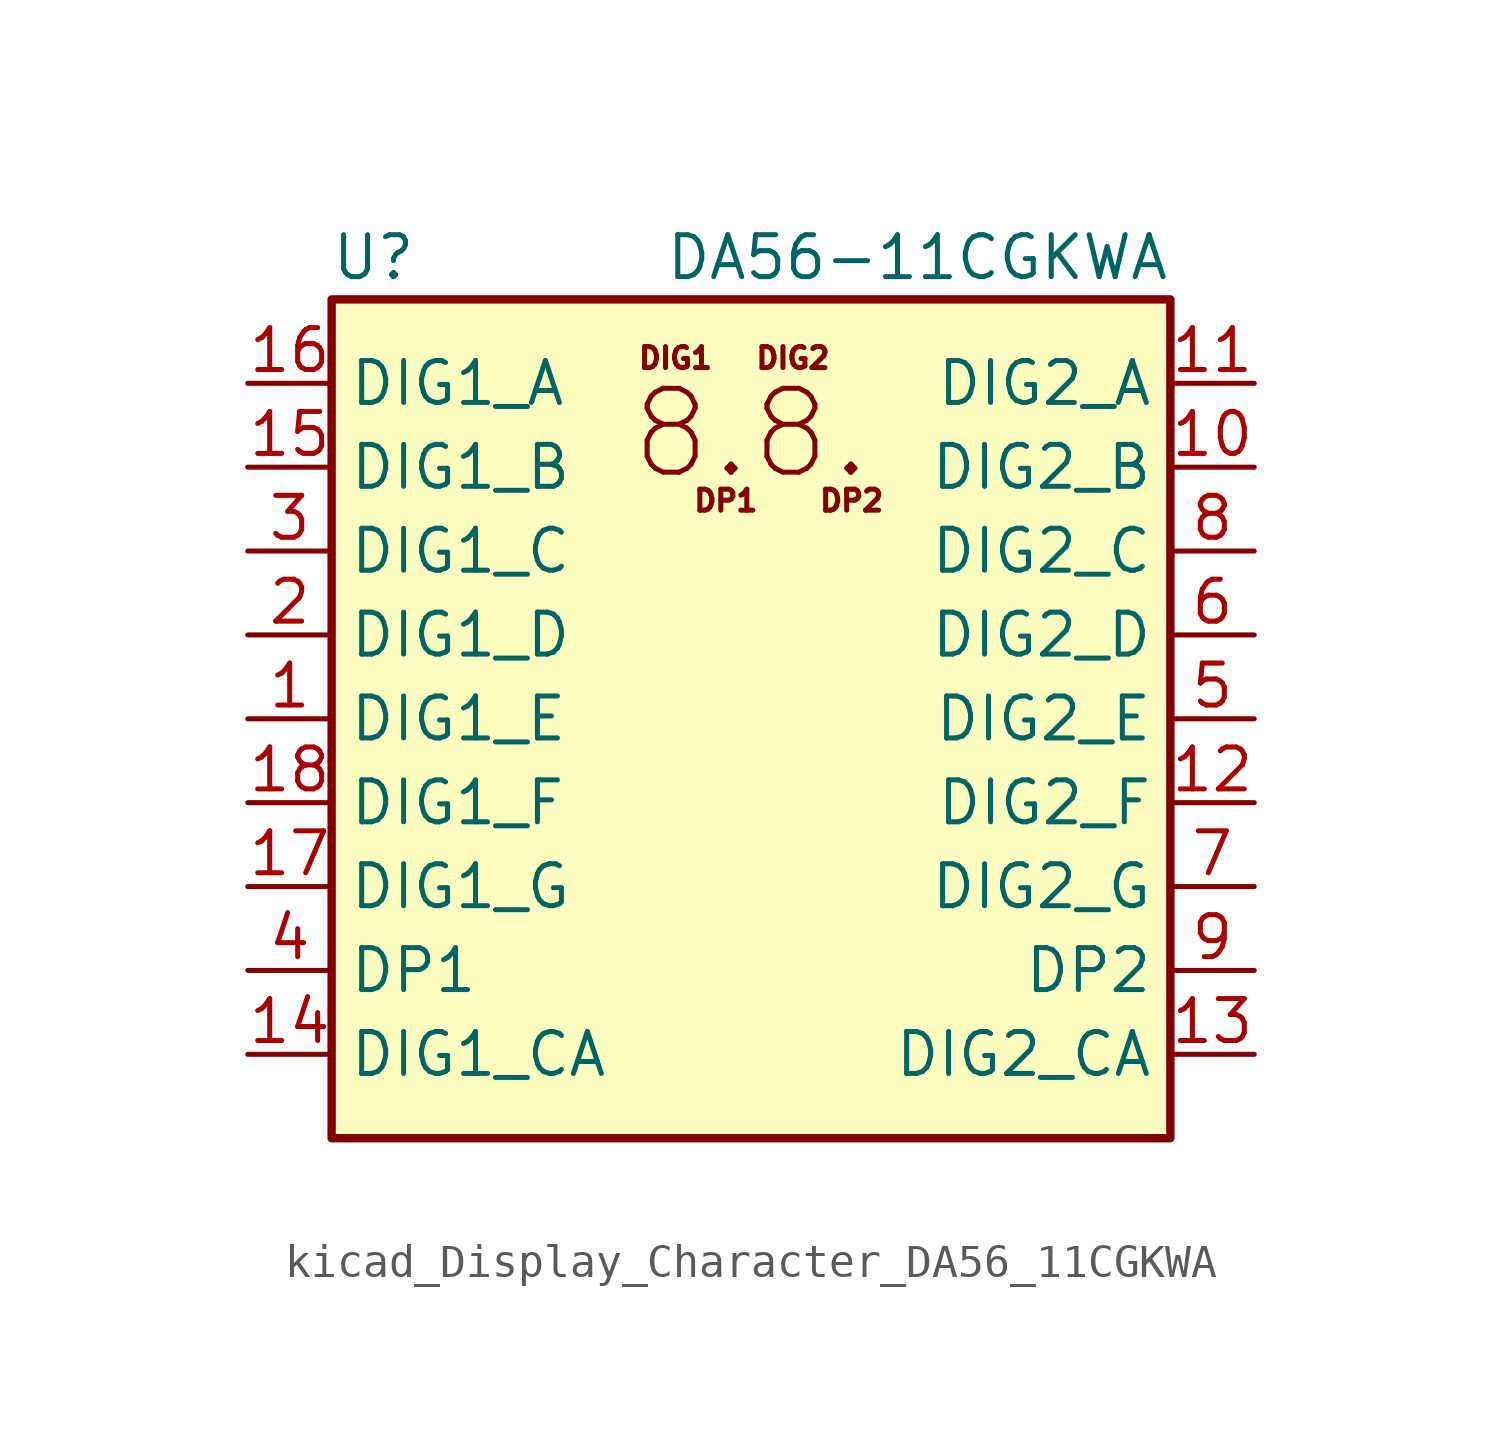
<source format=kicad_sym>
(kicad_symbol_lib
  (version 20220914)
  (generator kicad_symbol_editor)
  (symbol "kicad_Display_Character_DA56_11CGKWA"
    (property "Reference" "U"
      (at -11.43 13.97 0)
      (effects (font (size 1.27 1.27))))
    (property "Value" "DA56-11CGKWA"
      (at 12.7 13.97 0)
      (effects (font (size 1.27 1.27)) (justify right)))
    (symbol "kicad_Display_Character_DA56_11CGKWA_0_0"
      (text "8.8." (at 0 8.636 0) (effects (font (size 2.54 2.54))))
      (text "DIG1" (at -2.286 10.922 0) (effects (font (size 0.635 0.635))))
      (text "DIG2" (at 1.27 10.922 0) (effects (font (size 0.635 0.635))))
      (text "DP1" (at -0.762 6.604 0) (effects (font (size 0.635 0.635))))
      (text "DP2" (at 3.048 6.604 0) (effects (font (size 0.635 0.635)))))
    (symbol "kicad_Display_Character_DA56_11CGKWA_0_1"
      (rectangle (start -12.7 12.7) (end 12.7 -12.7) (stroke (width 0.254) (type default)) (fill (type background))))
    (symbol "kicad_Display_Character_DA56_11CGKWA_1_1"
      (pin input line (at -15.24 0 0) (length 2.54) (name "DIG1_E" (effects (font (size 1.27 1.27)))) (number "1" (effects (font (size 1.27 1.27)))))
      (pin input line (at 15.24 7.62 180) (length 2.54) (name "DIG2_B" (effects (font (size 1.27 1.27)))) (number "10" (effects (font (size 1.27 1.27)))))
      (pin input line (at 15.24 10.16 180) (length 2.54) (name "DIG2_A" (effects (font (size 1.27 1.27)))) (number "11" (effects (font (size 1.27 1.27)))))
      (pin input line (at 15.24 -2.54 180) (length 2.54) (name "DIG2_F" (effects (font (size 1.27 1.27)))) (number "12" (effects (font (size 1.27 1.27)))))
      (pin input line (at 15.24 -10.16 180) (length 2.54) (name "DIG2_CA" (effects (font (size 1.27 1.27)))) (number "13" (effects (font (size 1.27 1.27)))))
      (pin input line (at -15.24 -10.16 0) (length 2.54) (name "DIG1_CA" (effects (font (size 1.27 1.27)))) (number "14" (effects (font (size 1.27 1.27)))))
      (pin input line (at -15.24 7.62 0) (length 2.54) (name "DIG1_B" (effects (font (size 1.27 1.27)))) (number "15" (effects (font (size 1.27 1.27)))))
      (pin input line (at -15.24 10.16 0) (length 2.54) (name "DIG1_A" (effects (font (size 1.27 1.27)))) (number "16" (effects (font (size 1.27 1.27)))))
      (pin input line (at -15.24 -5.08 0) (length 2.54) (name "DIG1_G" (effects (font (size 1.27 1.27)))) (number "17" (effects (font (size 1.27 1.27)))))
      (pin input line (at -15.24 -2.54 0) (length 2.54) (name "DIG1_F" (effects (font (size 1.27 1.27)))) (number "18" (effects (font (size 1.27 1.27)))))
      (pin input line (at -15.24 2.54 0) (length 2.54) (name "DIG1_D" (effects (font (size 1.27 1.27)))) (number "2" (effects (font (size 1.27 1.27)))))
      (pin input line (at -15.24 5.08 0) (length 2.54) (name "DIG1_C" (effects (font (size 1.27 1.27)))) (number "3" (effects (font (size 1.27 1.27)))))
      (pin input line (at -15.24 -7.62 0) (length 2.54) (name "DP1" (effects (font (size 1.27 1.27)))) (number "4" (effects (font (size 1.27 1.27)))))
      (pin input line (at 15.24 0 180) (length 2.54) (name "DIG2_E" (effects (font (size 1.27 1.27)))) (number "5" (effects (font (size 1.27 1.27)))))
      (pin input line (at 15.24 2.54 180) (length 2.54) (name "DIG2_D" (effects (font (size 1.27 1.27)))) (number "6" (effects (font (size 1.27 1.27)))))
      (pin input line (at 15.24 -5.08 180) (length 2.54) (name "DIG2_G" (effects (font (size 1.27 1.27)))) (number "7" (effects (font (size 1.27 1.27)))))
      (pin input line (at 15.24 5.08 180) (length 2.54) (name "DIG2_C" (effects (font (size 1.27 1.27)))) (number "8" (effects (font (size 1.27 1.27)))))
      (pin input line (at 15.24 -7.62 180) (length 2.54) (name "DP2" (effects (font (size 1.27 1.27)))) (number "9" (effects (font (size 1.27 1.27))))))))
</source>
